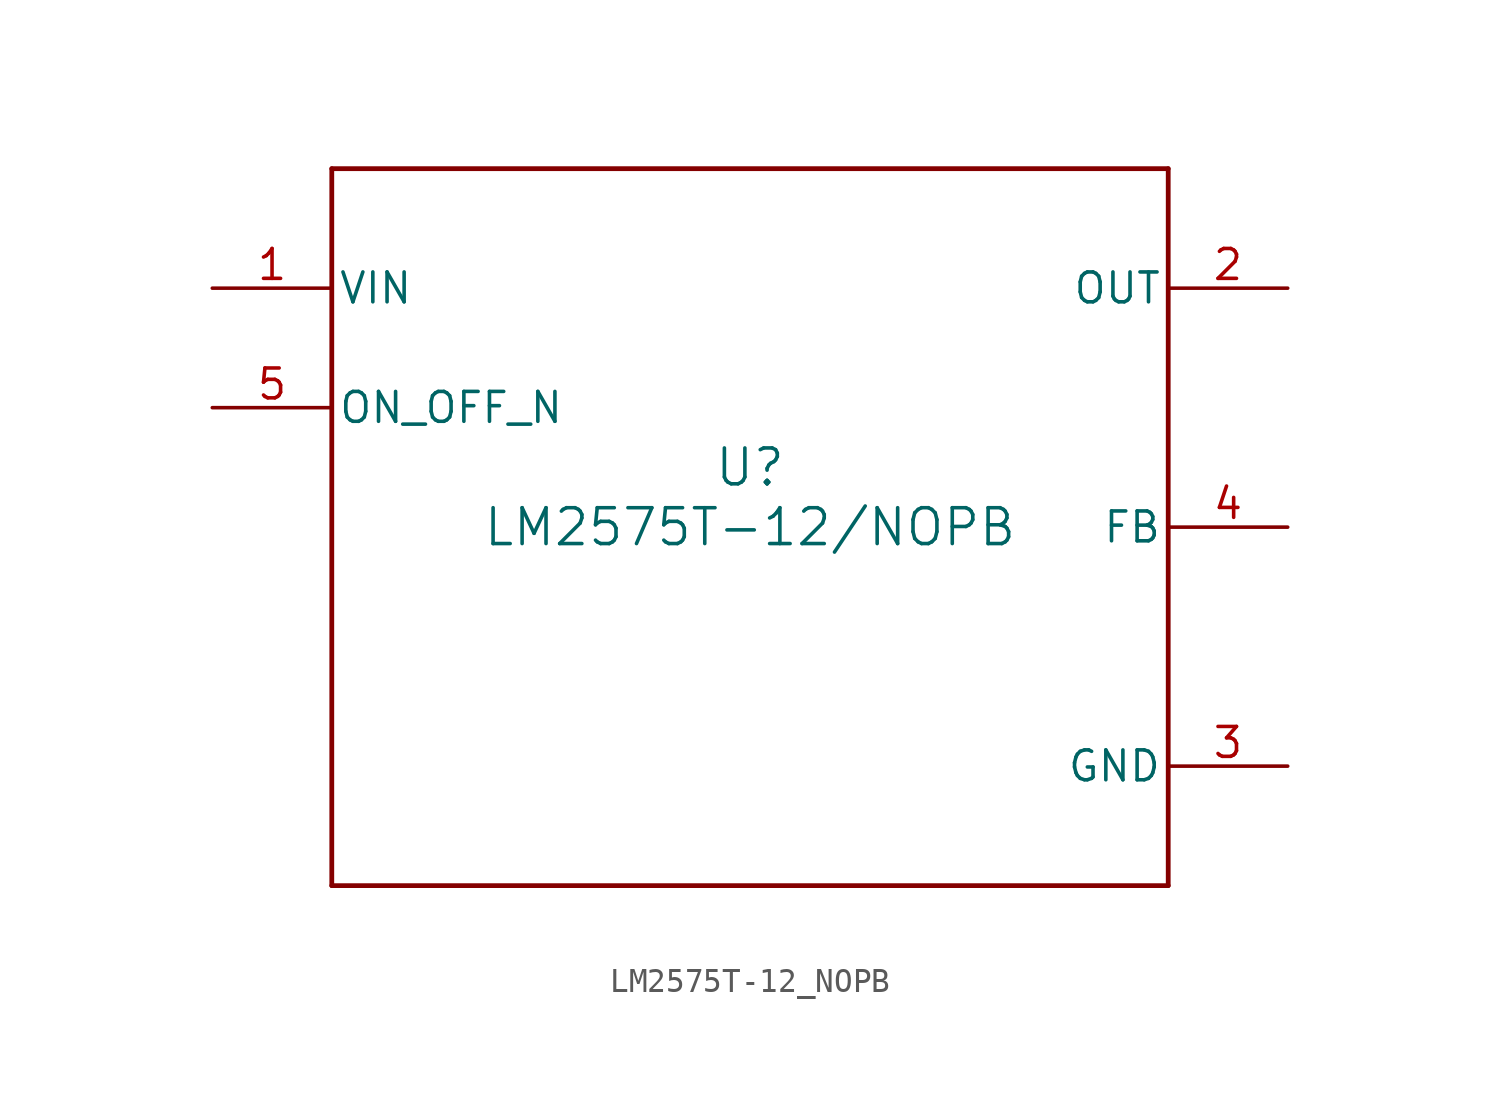
<source format=kicad_sym>
(kicad_symbol_lib
  (version 20211014)
  (generator kicad_symbol_editor)
  (symbol "LM2575T-12_NOPB"
    (pin_names
      (offset 0.254))
    (property "Reference" "U"
      (at 0 2.54 0)
      (effects (font (size 1.524 1.524))))
    (property "Value" "LM2575T-12/NOPB"
      (at 0 0 0)
      (effects (font (size 1.524 1.524))))
    (symbol "LM2575T-12_NOPB_0_1"
      (polyline (pts (xy -17.78 -15.24) (xy 17.78 -15.24)) (stroke (width 0.203) (type default) (color 0 0 0 0)) (fill (type none)))
      (polyline (pts (xy 17.78 -15.24) (xy 17.78 15.24)) (stroke (width 0.203) (type default) (color 0 0 0 0)) (fill (type none)))
      (polyline (pts (xy 17.78 15.24) (xy -17.78 15.24)) (stroke (width 0.203) (type default) (color 0 0 0 0)) (fill (type none)))
      (polyline (pts (xy -17.78 15.24) (xy -17.78 -15.24)) (stroke (width 0.203) (type default) (color 0 0 0 0)) (fill (type none)))
      (pin power_in line (at -22.86 10.16 0) (length 5.08) (name "VIN" (effects (font (size 1.27 1.27)))) (number "1" (effects (font (size 1.27 1.27)))))
      (pin output line (at 22.86 10.16 180) (length 5.08) (name "OUT" (effects (font (size 1.27 1.27)))) (number "2" (effects (font (size 1.27 1.27)))))
      (pin power_in line (at 22.86 -10.16 180) (length 5.08) (name "GND" (effects (font (size 1.27 1.27)))) (number "3" (effects (font (size 1.27 1.27)))))
      (pin input line (at 22.86 0 180) (length 5.08) (name "FB" (effects (font (size 1.27 1.27)))) (number "4" (effects (font (size 1.27 1.27)))))
      (pin input line (at -22.86 5.08 0) (length 5.08) (name "ON_OFF_N" (effects (font (size 1.27 1.27)))) (number "5" (effects (font (size 1.27 1.27))))))))
</source>
